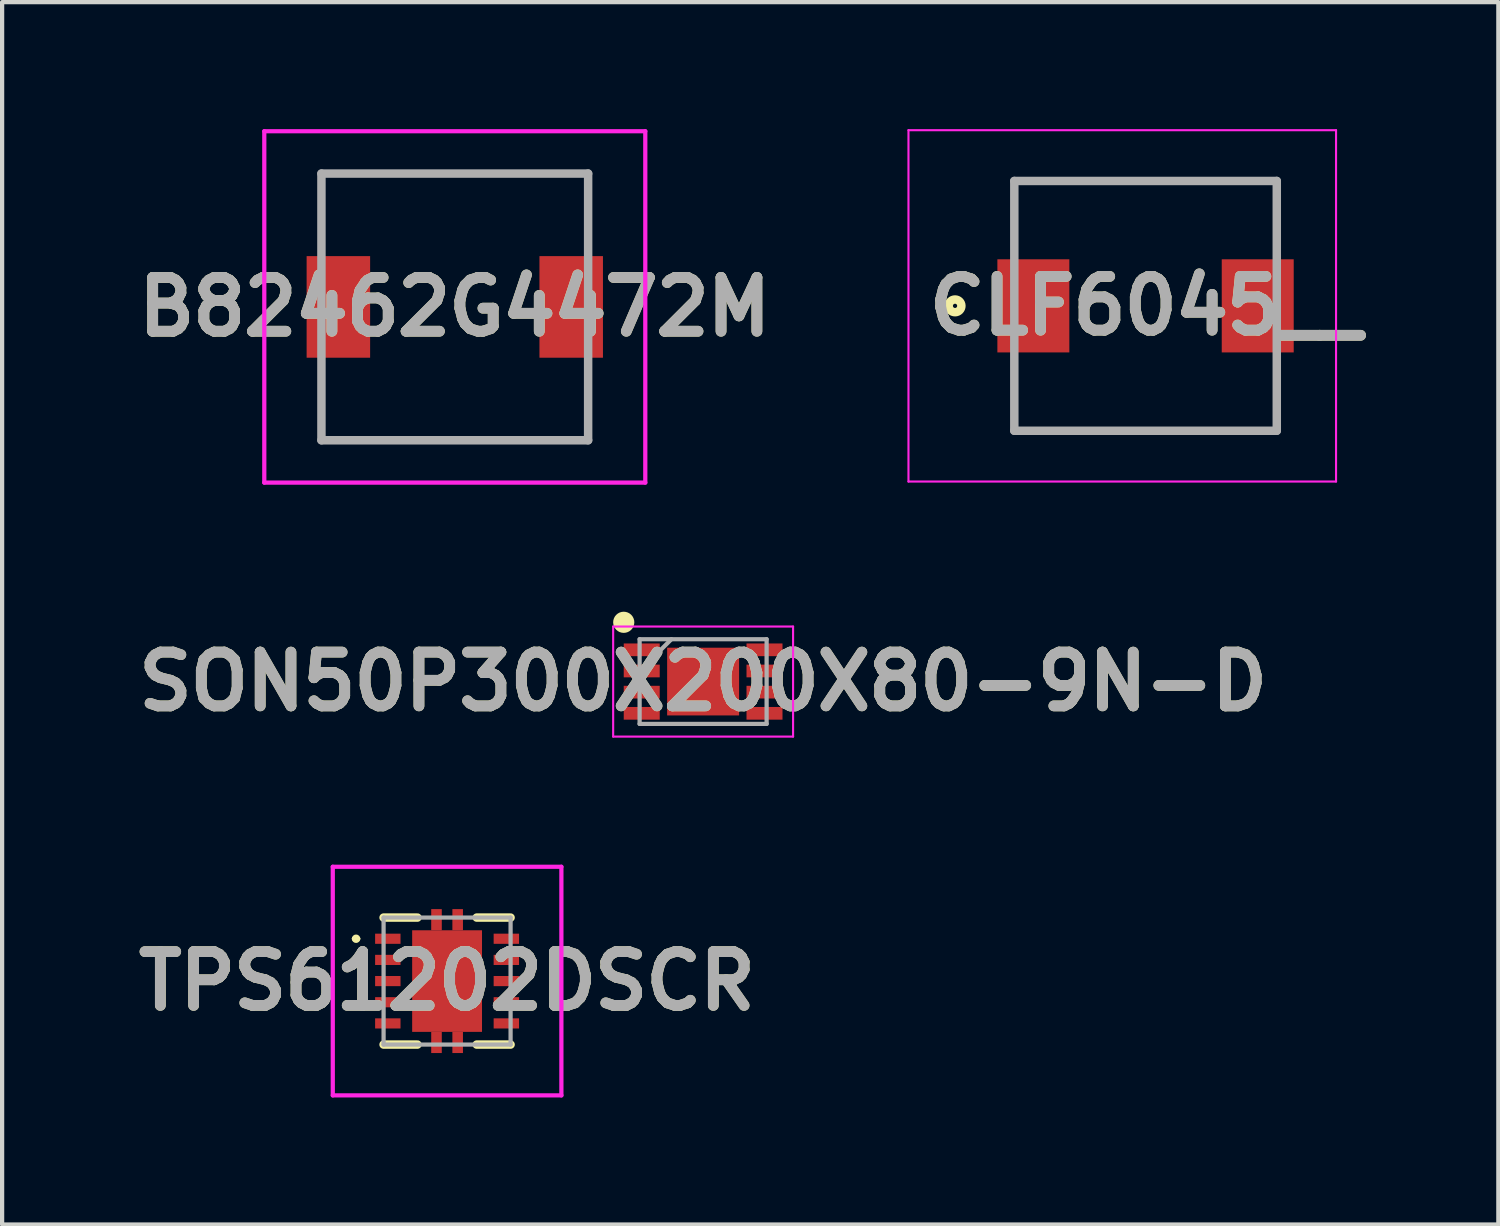
<source format=kicad_pcb>
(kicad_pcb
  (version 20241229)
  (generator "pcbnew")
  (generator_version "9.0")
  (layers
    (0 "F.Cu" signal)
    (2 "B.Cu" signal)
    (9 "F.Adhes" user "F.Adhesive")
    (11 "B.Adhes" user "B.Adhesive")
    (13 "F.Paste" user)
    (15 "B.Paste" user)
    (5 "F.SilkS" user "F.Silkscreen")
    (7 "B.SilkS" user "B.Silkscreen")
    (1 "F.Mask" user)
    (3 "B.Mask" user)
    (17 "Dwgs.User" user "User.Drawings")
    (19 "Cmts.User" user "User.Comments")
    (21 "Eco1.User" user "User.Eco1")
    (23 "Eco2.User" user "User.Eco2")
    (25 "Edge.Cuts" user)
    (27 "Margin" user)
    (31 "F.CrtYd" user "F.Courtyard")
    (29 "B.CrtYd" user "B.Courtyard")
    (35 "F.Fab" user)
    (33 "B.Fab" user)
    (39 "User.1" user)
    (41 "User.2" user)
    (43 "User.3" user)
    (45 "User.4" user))
  (footprint "B82462G4472M"
    (layer "F.Cu")
    (at 7.693 4.2)
    (property "Reference" "B82462G4472M" (at 0 0 0) (layer "F.SilkS") (effects (font (size 1.27 1.27) (thickness 0.254))))
    (attr smd)
    (fp_line (start -3.15 -3.15) (end 3.15 -3.15) (stroke (width 0.1) (type solid)) (layer "F.SilkS"))
    (fp_line (start -3.15 -2) (end -3.15 -3.15) (stroke (width 0.1) (type solid)) (layer "F.SilkS"))
    (fp_line (start -3.15 2) (end -3.15 3.15) (stroke (width 0.1) (type solid)) (layer "F.SilkS"))
    (fp_line (start -3.15 3.15) (end 3.15 3.15) (stroke (width 0.1) (type solid)) (layer "F.SilkS"))
    (fp_line (start 3.15 -3.15) (end 3.15 -2) (stroke (width 0.1) (type solid)) (layer "F.SilkS"))
    (fp_line (start 3.15 3.15) (end 3.15 2) (stroke (width 0.1) (type solid)) (layer "F.SilkS"))
    (fp_line (start -4.5 -4.15) (end 4.5 -4.15) (stroke (width 0.1) (type solid)) (layer "F.CrtYd"))
    (fp_line (start -4.5 4.15) (end -4.5 -4.15) (stroke (width 0.1) (type solid)) (layer "F.CrtYd"))
    (fp_line (start 4.5 -4.15) (end 4.5 4.15) (stroke (width 0.1) (type solid)) (layer "F.CrtYd"))
    (fp_line (start 4.5 4.15) (end -4.5 4.15) (stroke (width 0.1) (type solid)) (layer "F.CrtYd"))
    (fp_line (start -3.15 -3.15) (end 3.15 -3.15) (stroke (width 0.2) (type solid)) (layer "F.Fab"))
    (fp_line (start -3.15 3.15) (end -3.15 -3.15) (stroke (width 0.2) (type solid)) (layer "F.Fab"))
    (fp_line (start 3.15 -3.15) (end 3.15 3.15) (stroke (width 0.2) (type solid)) (layer "F.Fab"))
    (fp_line (start 3.15 3.15) (end -3.15 3.15) (stroke (width 0.2) (type solid)) (layer "F.Fab"))
    (fp_text user "${REFERENCE}" (at 0 0 0) (layer "F.Fab") (effects (font (size 1.27 1.27) (thickness 0.254))))
    (pad "1" smd rect (at -2.75 0) (size 1.5 2.4) (layers "F.Cu" "F.Mask" "F.Paste"))
    (pad "2" smd rect (at 2.75 0) (size 1.5 2.4) (layers "F.Cu" "F.Mask" "F.Paste")))
  (footprint "TPS61202DSCR"
    (layer "F.Cu")
    (at 7.511 20.125)
    (property "Reference" "TPS61202DSCR" (at 0 0 0) (layer "F.SilkS") (effects (font (size 1.27 1.27) (thickness 0.254))))
    (attr smd)
    (fp_line (start -2.2 -1) (end -2.2 -1) (stroke (width 0.1) (type solid)) (layer "F.SilkS"))
    (fp_line (start -2.1 -1) (end -2.1 -1) (stroke (width 0.1) (type solid)) (layer "F.SilkS"))
    (fp_line (start -0.7 -1.5) (end -1.5 -1.5) (stroke (width 0.2) (type solid)) (layer "F.SilkS"))
    (fp_line (start -0.7 1.5) (end -1.5 1.5) (stroke (width 0.2) (type solid)) (layer "F.SilkS"))
    (fp_line (start 0.7 -1.5) (end 1.5 -1.5) (stroke (width 0.2) (type solid)) (layer "F.SilkS"))
    (fp_line (start 0.7 1.5) (end 1.5 1.5) (stroke (width 0.2) (type solid)) (layer "F.SilkS"))
    (fp_arc (start -2.2 -1) (mid -2.15 -1.05) (end -2.1 -1) (stroke (width 0.1) (type solid)) (layer "F.SilkS"))
    (fp_arc (start -2.1 -1) (mid -2.15 -0.95) (end -2.2 -1) (stroke (width 0.1) (type solid)) (layer "F.SilkS"))
    (fp_line (start -2.7 -2.7) (end 2.7 -2.7) (stroke (width 0.1) (type solid)) (layer "F.CrtYd"))
    (fp_line (start -2.7 2.7) (end -2.7 -2.7) (stroke (width 0.1) (type solid)) (layer "F.CrtYd"))
    (fp_line (start 2.7 -2.7) (end 2.7 2.7) (stroke (width 0.1) (type solid)) (layer "F.CrtYd"))
    (fp_line (start 2.7 2.7) (end -2.7 2.7) (stroke (width 0.1) (type solid)) (layer "F.CrtYd"))
    (fp_line (start -1.5 -1.5) (end 1.5 -1.5) (stroke (width 0.1) (type solid)) (layer "F.Fab"))
    (fp_line (start -1.5 1.5) (end -1.5 -1.5) (stroke (width 0.1) (type solid)) (layer "F.Fab"))
    (fp_line (start 1.5 -1.5) (end 1.5 1.5) (stroke (width 0.1) (type solid)) (layer "F.Fab"))
    (fp_line (start 1.5 1.5) (end -1.5 1.5) (stroke (width 0.1) (type solid)) (layer "F.Fab"))
    (fp_text user "${REFERENCE}" (at 0 0 0) (layer "F.Fab") (effects (font (size 1.27 1.27) (thickness 0.254))))
    (pad "1" smd rect (at -1.4 -1 90) (size 0.24 0.6) (layers "F.Cu" "F.Mask" "F.Paste"))
    (pad "2" smd rect (at -1.4 -0.5 90) (size 0.24 0.6) (layers "F.Cu" "F.Mask" "F.Paste"))
    (pad "3" smd rect (at -1.4 0 90) (size 0.24 0.6) (layers "F.Cu" "F.Mask" "F.Paste"))
    (pad "4" smd rect (at -1.4 0.5 90) (size 0.24 0.6) (layers "F.Cu" "F.Mask" "F.Paste"))
    (pad "5" smd rect (at -1.4 1 90) (size 0.24 0.6) (layers "F.Cu" "F.Mask" "F.Paste"))
    (pad "6" smd rect (at 1.4 1 90) (size 0.24 0.6) (layers "F.Cu" "F.Mask" "F.Paste"))
    (pad "7" smd rect (at 1.4 0.5 90) (size 0.24 0.6) (layers "F.Cu" "F.Mask" "F.Paste"))
    (pad "8" smd rect (at 1.4 0 90) (size 0.24 0.6) (layers "F.Cu" "F.Mask" "F.Paste"))
    (pad "9" smd rect (at 1.4 -0.5 90) (size 0.24 0.6) (layers "F.Cu" "F.Mask" "F.Paste"))
    (pad "10" smd rect (at 1.4 -1 90) (size 0.24 0.6) (layers "F.Cu" "F.Mask" "F.Paste"))
    (pad "11" smd rect (at 0 0) (size 1.65 2.4) (layers "F.Cu" "F.Mask" "F.Paste"))
    (pad "12" smd rect (at -0.25 -1.45) (size 0.25 0.5) (layers "F.Cu" "F.Mask" "F.Paste"))
    (pad "13" smd rect (at 0.25 -1.45) (size 0.25 0.5) (layers "F.Cu" "F.Mask" "F.Paste"))
    (pad "14" smd rect (at -0.25 1.45) (size 0.25 0.5) (layers "F.Cu" "F.Mask" "F.Paste"))
    (pad "15" smd rect (at 0.25 1.45) (size 0.25 0.5) (layers "F.Cu" "F.Mask" "F.Paste")))
  (footprint "SON50P300X200X80-9N-D"
    (layer "F.Cu")
    (at 13.559 13.05)
    (property "Reference" "SON50P300X200X80-9N-D" (at 0 0 0) (layer "F.SilkS") (effects (font (size 1.27 1.27) (thickness 0.254))))
    (attr smd)
    (fp_circle (center -1.875 -1.4) (end -1.875 -1.275) (stroke (width 0.25) (type solid)) (fill no) (layer "F.SilkS"))
    (fp_line (start -2.125 -1.3) (end 2.125 -1.3) (stroke (width 0.05) (type solid)) (layer "F.CrtYd"))
    (fp_line (start -2.125 1.3) (end -2.125 -1.3) (stroke (width 0.05) (type solid)) (layer "F.CrtYd"))
    (fp_line (start 2.125 -1.3) (end 2.125 1.3) (stroke (width 0.05) (type solid)) (layer "F.CrtYd"))
    (fp_line (start 2.125 1.3) (end -2.125 1.3) (stroke (width 0.05) (type solid)) (layer "F.CrtYd"))
    (fp_line (start -1.5 -1) (end 1.5 -1) (stroke (width 0.1) (type solid)) (layer "F.Fab"))
    (fp_line (start -1.5 -0.25) (end -0.75 -1) (stroke (width 0.1) (type solid)) (layer "F.Fab"))
    (fp_line (start -1.5 1) (end -1.5 -1) (stroke (width 0.1) (type solid)) (layer "F.Fab"))
    (fp_line (start 1.5 -1) (end 1.5 1) (stroke (width 0.1) (type solid)) (layer "F.Fab"))
    (fp_line (start 1.5 1) (end -1.5 1) (stroke (width 0.1) (type solid)) (layer "F.Fab"))
    (fp_text user "${REFERENCE}" (at 0 0 0) (layer "F.Fab") (effects (font (size 1.27 1.27) (thickness 0.254))))
    (pad "1" smd rect (at -1.45 -0.75 90) (size 0.3 0.85) (layers "F.Cu" "F.Mask" "F.Paste"))
    (pad "2" smd rect (at -1.45 -0.25 90) (size 0.3 0.85) (layers "F.Cu" "F.Mask" "F.Paste"))
    (pad "3" smd rect (at -1.45 0.25 90) (size 0.3 0.85) (layers "F.Cu" "F.Mask" "F.Paste"))
    (pad "4" smd rect (at -1.45 0.75 90) (size 0.3 0.85) (layers "F.Cu" "F.Mask" "F.Paste"))
    (pad "5" smd rect (at 1.45 0.75 90) (size 0.3 0.85) (layers "F.Cu" "F.Mask" "F.Paste"))
    (pad "6" smd rect (at 1.45 0.25 90) (size 0.3 0.85) (layers "F.Cu" "F.Mask" "F.Paste"))
    (pad "7" smd rect (at 1.45 -0.25 90) (size 0.3 0.85) (layers "F.Cu" "F.Mask" "F.Paste"))
    (pad "8" smd rect (at 1.45 -0.75 90) (size 0.3 0.85) (layers "F.Cu" "F.Mask" "F.Paste"))
    (pad "9" smd rect (at 0 0 90) (size 1.6 1.7) (layers "F.Cu" "F.Mask" "F.Paste")))
  (footprint "CLF6045__"
    (layer "F.Cu")
    (at 24.01 4.175)
    (property "Reference" "CLF6045__" (at 0 0 0) (layer "F.SilkS") (effects (font (size 1.27 1.27) (thickness 0.254))))
    (attr smd)
    (fp_line (start -3.1 -2.95) (end 3.1 -2.95) (stroke (width 0.1) (type solid)) (layer "F.SilkS"))
    (fp_line (start 3.1 2.95) (end -3.1 2.95) (stroke (width 0.1) (type solid)) (layer "F.SilkS"))
    (fp_circle (center -4.5 0) (end -4.5 0.05) (stroke (width 0.2) (type solid)) (fill no) (layer "F.SilkS"))
    (fp_line (start -5.6 -4.15) (end 4.5 -4.15) (stroke (width 0.05) (type solid)) (layer "F.CrtYd"))
    (fp_line (start -5.6 4.15) (end -5.6 -4.15) (stroke (width 0.05) (type solid)) (layer "F.CrtYd"))
    (fp_line (start 4.5 -4.15) (end 4.5 4.15) (stroke (width 0.05) (type solid)) (layer "F.CrtYd"))
    (fp_line (start 4.5 4.15) (end -5.6 4.15) (stroke (width 0.05) (type solid)) (layer "F.CrtYd"))
    (fp_line (start -3.1 -2.95) (end 3.1 -2.95) (stroke (width 0.2) (type solid)) (layer "F.Fab"))
    (fp_line (start -3.1 2.95) (end -3.1 -2.95) (stroke (width 0.2) (type solid)) (layer "F.Fab"))
    (fp_line (start 3.1 -2.95) (end 3.1 2.95) (stroke (width 0.2) (type solid)) (layer "F.Fab"))
    (fp_line (start 3.1 2.95) (end -3.1 2.95) (stroke (width 0.2) (type solid)) (layer "F.Fab"))
    (fp_text user "${REFERENCE}" (at 0 0 0) (layer "F.Fab") (effects (font (size 1.27 1.27) (thickness 0.254))))
    (pad "1" smd rect (at -2.65 0) (size 1.7 2.2) (layers "F.Cu" "F.Mask" "F.Paste"))
    (pad "2" smd rect (at 2.65 0) (size 1.7 2.2) (layers "F.Cu" "F.Mask" "F.Paste")))
  (gr_rect
    (start -3 -3)
    (end 32.344 25.875)
    (stroke (width 0.1) (type default))
    (fill no)
    (layer "Edge.Cuts")))
</source>
